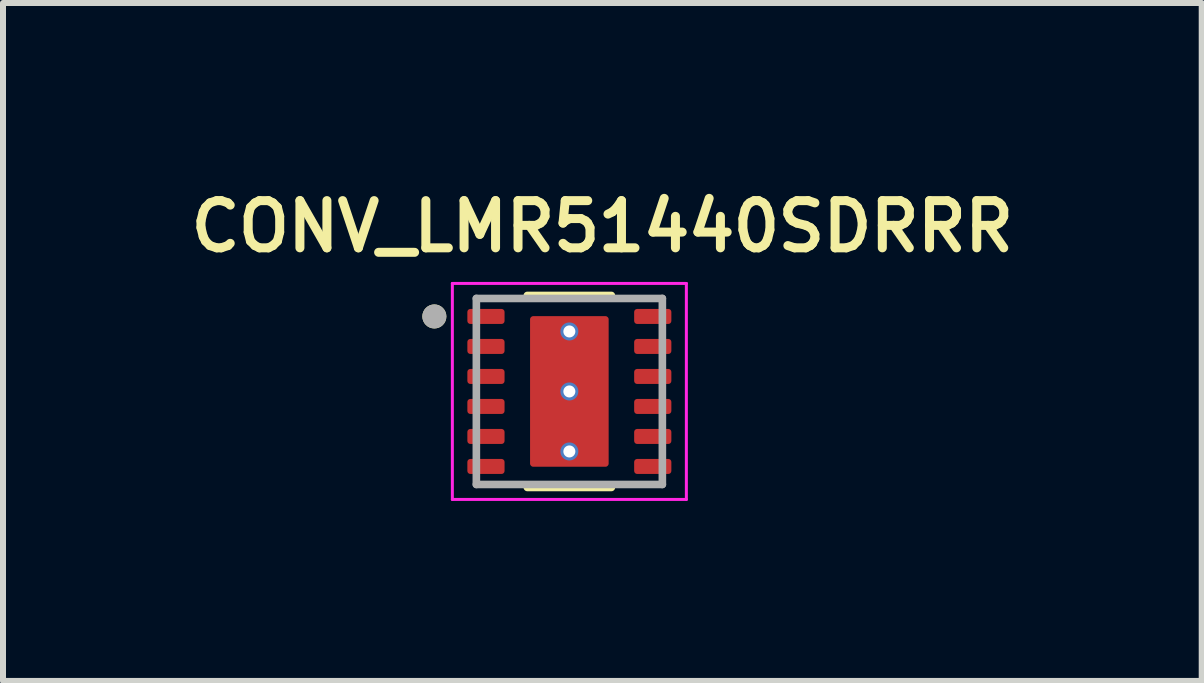
<source format=kicad_pcb>
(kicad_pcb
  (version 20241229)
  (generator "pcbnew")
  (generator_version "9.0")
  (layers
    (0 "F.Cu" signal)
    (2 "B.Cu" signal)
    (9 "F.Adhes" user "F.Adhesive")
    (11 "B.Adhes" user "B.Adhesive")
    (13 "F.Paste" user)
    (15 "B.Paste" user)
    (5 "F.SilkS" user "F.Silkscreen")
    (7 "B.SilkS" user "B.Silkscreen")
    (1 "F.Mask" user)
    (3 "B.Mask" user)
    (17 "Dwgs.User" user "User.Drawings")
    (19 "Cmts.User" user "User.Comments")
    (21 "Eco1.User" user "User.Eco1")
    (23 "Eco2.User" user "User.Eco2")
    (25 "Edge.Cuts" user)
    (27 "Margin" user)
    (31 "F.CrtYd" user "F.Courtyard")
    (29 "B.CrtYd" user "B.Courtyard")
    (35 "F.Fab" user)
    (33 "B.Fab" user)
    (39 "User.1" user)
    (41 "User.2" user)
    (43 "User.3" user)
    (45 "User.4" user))
  (footprint "CONV_LMR51440SDRRR"
    (layer "F.Cu")
    (at 6.439 3.474)
    (property "Reference" "CONV_LMR51440SDRRR" (at 0.55 -2.75 0) (layer "F.SilkS") (effects (font (size 0.787 0.787) (thickness 0.15))))
    (attr smd)
    (fp_poly (pts (xy -1.645 -0.94) (xy -1.135 -0.94) (xy -1.129 -0.94) (xy -1.122 -0.939) (xy -1.116 -0.939) (xy -1.11 -0.937) (xy -1.104 -0.936) (xy -1.098 -0.934) (xy -1.092 -0.932) (xy -1.086 -0.93) (xy -1.081 -0.927) (xy -1.075 -0.924) (xy -1.07 -0.921) (xy -1.064 -0.917) (xy -1.059 -0.913) (xy -1.055 -0.909) (xy -1.05 -0.905) (xy -1.046 -0.9) (xy -1.042 -0.896) (xy -1.038 -0.891) (xy -1.034 -0.885) (xy -1.031 -0.88) (xy -1.028 -0.874) (xy -1.025 -0.869) (xy -1.023 -0.863) (xy -1.021 -0.857) (xy -1.019 -0.851) (xy -1.018 -0.845) (xy -1.016 -0.839) (xy -1.016 -0.833) (xy -1.015 -0.826) (xy -1.015 -0.82) (xy -1.015 -0.68) (xy -1.015 -0.674) (xy -1.016 -0.667) (xy -1.016 -0.661) (xy -1.018 -0.655) (xy -1.019 -0.649) (xy -1.021 -0.643) (xy -1.023 -0.637) (xy -1.025 -0.631) (xy -1.028 -0.626) (xy -1.031 -0.62) (xy -1.034 -0.615) (xy -1.038 -0.609) (xy -1.042 -0.604) (xy -1.046 -0.6) (xy -1.05 -0.595) (xy -1.055 -0.591) (xy -1.059 -0.587) (xy -1.064 -0.583) (xy -1.07 -0.579) (xy -1.075 -0.576) (xy -1.081 -0.573) (xy -1.086 -0.57) (xy -1.092 -0.568) (xy -1.098 -0.566) (xy -1.104 -0.564) (xy -1.11 -0.563) (xy -1.116 -0.561) (xy -1.122 -0.561) (xy -1.129 -0.56) (xy -1.135 -0.56) (xy -1.645 -0.56) (xy -1.651 -0.56) (xy -1.658 -0.561) (xy -1.664 -0.561) (xy -1.67 -0.563) (xy -1.676 -0.564) (xy -1.682 -0.566) (xy -1.688 -0.568) (xy -1.694 -0.57) (xy -1.699 -0.573) (xy -1.705 -0.576) (xy -1.71 -0.579) (xy -1.716 -0.583) (xy -1.721 -0.587) (xy -1.725 -0.591) (xy -1.73 -0.595) (xy -1.734 -0.6) (xy -1.738 -0.604) (xy -1.742 -0.609) (xy -1.746 -0.615) (xy -1.749 -0.62) (xy -1.752 -0.626) (xy -1.755 -0.631) (xy -1.757 -0.637) (xy -1.759 -0.643) (xy -1.761 -0.649) (xy -1.762 -0.655) (xy -1.764 -0.661) (xy -1.764 -0.667) (xy -1.765 -0.674) (xy -1.765 -0.68) (xy -1.765 -0.82) (xy -1.765 -0.826) (xy -1.764 -0.833) (xy -1.764 -0.839) (xy -1.762 -0.845) (xy -1.761 -0.851) (xy -1.759 -0.857) (xy -1.757 -0.863) (xy -1.755 -0.869) (xy -1.752 -0.874) (xy -1.749 -0.88) (xy -1.746 -0.885) (xy -1.742 -0.891) (xy -1.738 -0.896) (xy -1.734 -0.9) (xy -1.73 -0.905) (xy -1.725 -0.909) (xy -1.721 -0.913) (xy -1.716 -0.917) (xy -1.71 -0.921) (xy -1.705 -0.924) (xy -1.699 -0.927) (xy -1.694 -0.93) (xy -1.688 -0.932) (xy -1.682 -0.934) (xy -1.676 -0.936) (xy -1.67 -0.937) (xy -1.664 -0.939) (xy -1.658 -0.939) (xy -1.651 -0.94) (xy -1.645 -0.94)) (stroke (width 0.01) (type solid)) (fill yes) (layer "F.Mask"))
    (fp_poly (pts (xy -1.645 -0.44) (xy -1.135 -0.44) (xy -1.129 -0.44) (xy -1.122 -0.439) (xy -1.116 -0.439) (xy -1.11 -0.437) (xy -1.104 -0.436) (xy -1.098 -0.434) (xy -1.092 -0.432) (xy -1.086 -0.43) (xy -1.081 -0.427) (xy -1.075 -0.424) (xy -1.07 -0.421) (xy -1.064 -0.417) (xy -1.059 -0.413) (xy -1.055 -0.409) (xy -1.05 -0.405) (xy -1.046 -0.4) (xy -1.042 -0.396) (xy -1.038 -0.391) (xy -1.034 -0.385) (xy -1.031 -0.38) (xy -1.028 -0.374) (xy -1.025 -0.369) (xy -1.023 -0.363) (xy -1.021 -0.357) (xy -1.019 -0.351) (xy -1.018 -0.345) (xy -1.016 -0.339) (xy -1.016 -0.333) (xy -1.015 -0.326) (xy -1.015 -0.32) (xy -1.015 -0.18) (xy -1.015 -0.174) (xy -1.016 -0.167) (xy -1.016 -0.161) (xy -1.018 -0.155) (xy -1.019 -0.149) (xy -1.021 -0.143) (xy -1.023 -0.137) (xy -1.025 -0.131) (xy -1.028 -0.126) (xy -1.031 -0.12) (xy -1.034 -0.115) (xy -1.038 -0.109) (xy -1.042 -0.104) (xy -1.046 -0.1) (xy -1.05 -0.095) (xy -1.055 -0.091) (xy -1.059 -0.087) (xy -1.064 -0.083) (xy -1.07 -0.079) (xy -1.075 -0.076) (xy -1.081 -0.073) (xy -1.086 -0.07) (xy -1.092 -0.068) (xy -1.098 -0.066) (xy -1.104 -0.064) (xy -1.11 -0.063) (xy -1.116 -0.061) (xy -1.122 -0.061) (xy -1.129 -0.06) (xy -1.135 -0.06) (xy -1.645 -0.06) (xy -1.651 -0.06) (xy -1.658 -0.061) (xy -1.664 -0.061) (xy -1.67 -0.063) (xy -1.676 -0.064) (xy -1.682 -0.066) (xy -1.688 -0.068) (xy -1.694 -0.07) (xy -1.699 -0.073) (xy -1.705 -0.076) (xy -1.71 -0.079) (xy -1.716 -0.083) (xy -1.721 -0.087) (xy -1.725 -0.091) (xy -1.73 -0.095) (xy -1.734 -0.1) (xy -1.738 -0.104) (xy -1.742 -0.109) (xy -1.746 -0.115) (xy -1.749 -0.12) (xy -1.752 -0.126) (xy -1.755 -0.131) (xy -1.757 -0.137) (xy -1.759 -0.143) (xy -1.761 -0.149) (xy -1.762 -0.155) (xy -1.764 -0.161) (xy -1.764 -0.167) (xy -1.765 -0.174) (xy -1.765 -0.18) (xy -1.765 -0.32) (xy -1.765 -0.326) (xy -1.764 -0.333) (xy -1.764 -0.339) (xy -1.762 -0.345) (xy -1.761 -0.351) (xy -1.759 -0.357) (xy -1.757 -0.363) (xy -1.755 -0.369) (xy -1.752 -0.374) (xy -1.749 -0.38) (xy -1.746 -0.385) (xy -1.742 -0.391) (xy -1.738 -0.396) (xy -1.734 -0.4) (xy -1.73 -0.405) (xy -1.725 -0.409) (xy -1.721 -0.413) (xy -1.716 -0.417) (xy -1.71 -0.421) (xy -1.705 -0.424) (xy -1.699 -0.427) (xy -1.694 -0.43) (xy -1.688 -0.432) (xy -1.682 -0.434) (xy -1.676 -0.436) (xy -1.67 -0.437) (xy -1.664 -0.439) (xy -1.658 -0.439) (xy -1.651 -0.44) (xy -1.645 -0.44)) (stroke (width 0.01) (type solid)) (fill yes) (layer "F.Mask"))
    (fp_poly (pts (xy -1.645 0.56) (xy -1.135 0.56) (xy -1.129 0.56) (xy -1.122 0.561) (xy -1.116 0.561) (xy -1.11 0.563) (xy -1.104 0.564) (xy -1.098 0.566) (xy -1.092 0.568) (xy -1.086 0.57) (xy -1.081 0.573) (xy -1.075 0.576) (xy -1.07 0.579) (xy -1.064 0.583) (xy -1.059 0.587) (xy -1.055 0.591) (xy -1.05 0.595) (xy -1.046 0.6) (xy -1.042 0.604) (xy -1.038 0.609) (xy -1.034 0.615) (xy -1.031 0.62) (xy -1.028 0.626) (xy -1.025 0.631) (xy -1.023 0.637) (xy -1.021 0.643) (xy -1.019 0.649) (xy -1.018 0.655) (xy -1.016 0.661) (xy -1.016 0.667) (xy -1.015 0.674) (xy -1.015 0.68) (xy -1.015 0.82) (xy -1.015 0.826) (xy -1.016 0.833) (xy -1.016 0.839) (xy -1.018 0.845) (xy -1.019 0.851) (xy -1.021 0.857) (xy -1.023 0.863) (xy -1.025 0.869) (xy -1.028 0.874) (xy -1.031 0.88) (xy -1.034 0.885) (xy -1.038 0.891) (xy -1.042 0.896) (xy -1.046 0.9) (xy -1.05 0.905) (xy -1.055 0.909) (xy -1.059 0.913) (xy -1.064 0.917) (xy -1.07 0.921) (xy -1.075 0.924) (xy -1.081 0.927) (xy -1.086 0.93) (xy -1.092 0.932) (xy -1.098 0.934) (xy -1.104 0.936) (xy -1.11 0.937) (xy -1.116 0.939) (xy -1.122 0.939) (xy -1.129 0.94) (xy -1.135 0.94) (xy -1.645 0.94) (xy -1.651 0.94) (xy -1.658 0.939) (xy -1.664 0.939) (xy -1.67 0.937) (xy -1.676 0.936) (xy -1.682 0.934) (xy -1.688 0.932) (xy -1.694 0.93) (xy -1.699 0.927) (xy -1.705 0.924) (xy -1.71 0.921) (xy -1.716 0.917) (xy -1.721 0.913) (xy -1.725 0.909) (xy -1.73 0.905) (xy -1.734 0.9) (xy -1.738 0.896) (xy -1.742 0.891) (xy -1.746 0.885) (xy -1.749 0.88) (xy -1.752 0.874) (xy -1.755 0.869) (xy -1.757 0.863) (xy -1.759 0.857) (xy -1.761 0.851) (xy -1.762 0.845) (xy -1.764 0.839) (xy -1.764 0.833) (xy -1.765 0.826) (xy -1.765 0.82) (xy -1.765 0.68) (xy -1.765 0.674) (xy -1.764 0.667) (xy -1.764 0.661) (xy -1.762 0.655) (xy -1.761 0.649) (xy -1.759 0.643) (xy -1.757 0.637) (xy -1.755 0.631) (xy -1.752 0.626) (xy -1.749 0.62) (xy -1.746 0.615) (xy -1.742 0.609) (xy -1.738 0.604) (xy -1.734 0.6) (xy -1.73 0.595) (xy -1.725 0.591) (xy -1.721 0.587) (xy -1.716 0.583) (xy -1.71 0.579) (xy -1.705 0.576) (xy -1.699 0.573) (xy -1.694 0.57) (xy -1.688 0.568) (xy -1.682 0.566) (xy -1.676 0.564) (xy -1.67 0.563) (xy -1.664 0.561) (xy -1.658 0.561) (xy -1.651 0.56) (xy -1.645 0.56)) (stroke (width 0.01) (type solid)) (fill yes) (layer "F.Mask"))
    (fp_poly (pts (xy -1.645 1.06) (xy -1.135 1.06) (xy -1.129 1.06) (xy -1.122 1.061) (xy -1.116 1.061) (xy -1.11 1.063) (xy -1.104 1.064) (xy -1.098 1.066) (xy -1.092 1.068) (xy -1.086 1.07) (xy -1.081 1.073) (xy -1.075 1.076) (xy -1.07 1.079) (xy -1.064 1.083) (xy -1.059 1.087) (xy -1.055 1.091) (xy -1.05 1.095) (xy -1.046 1.1) (xy -1.042 1.104) (xy -1.038 1.109) (xy -1.034 1.115) (xy -1.031 1.12) (xy -1.028 1.126) (xy -1.025 1.131) (xy -1.023 1.137) (xy -1.021 1.143) (xy -1.019 1.149) (xy -1.018 1.155) (xy -1.016 1.161) (xy -1.016 1.167) (xy -1.015 1.174) (xy -1.015 1.18) (xy -1.015 1.32) (xy -1.015 1.326) (xy -1.016 1.333) (xy -1.016 1.339) (xy -1.018 1.345) (xy -1.019 1.351) (xy -1.021 1.357) (xy -1.023 1.363) (xy -1.025 1.369) (xy -1.028 1.374) (xy -1.031 1.38) (xy -1.034 1.385) (xy -1.038 1.391) (xy -1.042 1.396) (xy -1.046 1.4) (xy -1.05 1.405) (xy -1.055 1.409) (xy -1.059 1.413) (xy -1.064 1.417) (xy -1.07 1.421) (xy -1.075 1.424) (xy -1.081 1.427) (xy -1.086 1.43) (xy -1.092 1.432) (xy -1.098 1.434) (xy -1.104 1.436) (xy -1.11 1.437) (xy -1.116 1.439) (xy -1.122 1.439) (xy -1.129 1.44) (xy -1.135 1.44) (xy -1.645 1.44) (xy -1.651 1.44) (xy -1.658 1.439) (xy -1.664 1.439) (xy -1.67 1.437) (xy -1.676 1.436) (xy -1.682 1.434) (xy -1.688 1.432) (xy -1.694 1.43) (xy -1.699 1.427) (xy -1.705 1.424) (xy -1.71 1.421) (xy -1.716 1.417) (xy -1.721 1.413) (xy -1.725 1.409) (xy -1.73 1.405) (xy -1.734 1.4) (xy -1.738 1.396) (xy -1.742 1.391) (xy -1.746 1.385) (xy -1.749 1.38) (xy -1.752 1.374) (xy -1.755 1.369) (xy -1.757 1.363) (xy -1.759 1.357) (xy -1.761 1.351) (xy -1.762 1.345) (xy -1.764 1.339) (xy -1.764 1.333) (xy -1.765 1.326) (xy -1.765 1.32) (xy -1.765 1.18) (xy -1.765 1.174) (xy -1.764 1.167) (xy -1.764 1.161) (xy -1.762 1.155) (xy -1.761 1.149) (xy -1.759 1.143) (xy -1.757 1.137) (xy -1.755 1.131) (xy -1.752 1.126) (xy -1.749 1.12) (xy -1.746 1.115) (xy -1.742 1.109) (xy -1.738 1.104) (xy -1.734 1.1) (xy -1.73 1.095) (xy -1.725 1.091) (xy -1.721 1.087) (xy -1.716 1.083) (xy -1.71 1.079) (xy -1.705 1.076) (xy -1.699 1.073) (xy -1.694 1.07) (xy -1.688 1.068) (xy -1.682 1.066) (xy -1.676 1.064) (xy -1.67 1.063) (xy -1.664 1.061) (xy -1.658 1.061) (xy -1.651 1.06) (xy -1.645 1.06)) (stroke (width 0.01) (type solid)) (fill yes) (layer "F.Mask"))
    (fp_poly (pts (xy -1.015 -1.32) (xy -1.015 -1.18) (xy -1.015 -1.174) (xy -1.016 -1.167) (xy -1.016 -1.161) (xy -1.018 -1.155) (xy -1.019 -1.149) (xy -1.021 -1.143) (xy -1.023 -1.137) (xy -1.025 -1.131) (xy -1.028 -1.126) (xy -1.031 -1.12) (xy -1.034 -1.115) (xy -1.038 -1.109) (xy -1.042 -1.104) (xy -1.046 -1.1) (xy -1.05 -1.095) (xy -1.055 -1.091) (xy -1.059 -1.087) (xy -1.064 -1.083) (xy -1.07 -1.079) (xy -1.075 -1.076) (xy -1.081 -1.073) (xy -1.086 -1.07) (xy -1.092 -1.068) (xy -1.098 -1.066) (xy -1.104 -1.064) (xy -1.11 -1.063) (xy -1.116 -1.061) (xy -1.122 -1.061) (xy -1.129 -1.06) (xy -1.135 -1.06) (xy -1.645 -1.06) (xy -1.651 -1.06) (xy -1.658 -1.061) (xy -1.664 -1.061) (xy -1.67 -1.063) (xy -1.676 -1.064) (xy -1.682 -1.066) (xy -1.688 -1.068) (xy -1.694 -1.07) (xy -1.699 -1.073) (xy -1.705 -1.076) (xy -1.71 -1.079) (xy -1.716 -1.083) (xy -1.721 -1.087) (xy -1.725 -1.091) (xy -1.73 -1.095) (xy -1.734 -1.1) (xy -1.738 -1.104) (xy -1.742 -1.109) (xy -1.746 -1.115) (xy -1.749 -1.12) (xy -1.752 -1.126) (xy -1.755 -1.131) (xy -1.757 -1.137) (xy -1.759 -1.143) (xy -1.761 -1.149) (xy -1.762 -1.155) (xy -1.764 -1.161) (xy -1.764 -1.167) (xy -1.765 -1.174) (xy -1.765 -1.18) (xy -1.765 -1.32) (xy -1.765 -1.326) (xy -1.764 -1.333) (xy -1.764 -1.339) (xy -1.762 -1.345) (xy -1.761 -1.351) (xy -1.759 -1.357) (xy -1.757 -1.363) (xy -1.755 -1.369) (xy -1.752 -1.374) (xy -1.749 -1.38) (xy -1.746 -1.385) (xy -1.742 -1.391) (xy -1.738 -1.396) (xy -1.734 -1.4) (xy -1.73 -1.405) (xy -1.725 -1.409) (xy -1.721 -1.413) (xy -1.716 -1.417) (xy -1.71 -1.421) (xy -1.705 -1.424) (xy -1.699 -1.427) (xy -1.694 -1.43) (xy -1.688 -1.432) (xy -1.682 -1.434) (xy -1.676 -1.436) (xy -1.67 -1.437) (xy -1.664 -1.439) (xy -1.658 -1.439) (xy -1.651 -1.44) (xy -1.645 -1.44) (xy -1.135 -1.44) (xy -1.129 -1.44) (xy -1.122 -1.439) (xy -1.116 -1.439) (xy -1.11 -1.437) (xy -1.104 -1.436) (xy -1.098 -1.434) (xy -1.092 -1.432) (xy -1.086 -1.43) (xy -1.081 -1.427) (xy -1.075 -1.424) (xy -1.07 -1.421) (xy -1.064 -1.417) (xy -1.059 -1.413) (xy -1.055 -1.409) (xy -1.05 -1.405) (xy -1.046 -1.4) (xy -1.042 -1.396) (xy -1.038 -1.391) (xy -1.034 -1.385) (xy -1.031 -1.38) (xy -1.028 -1.374) (xy -1.025 -1.369) (xy -1.023 -1.363) (xy -1.021 -1.357) (xy -1.019 -1.351) (xy -1.018 -1.345) (xy -1.016 -1.339) (xy -1.016 -1.333) (xy -1.015 -1.326) (xy -1.015 -1.32)) (stroke (width 0.01) (type solid)) (fill yes) (layer "F.Mask"))
    (fp_poly (pts (xy -1.015 0.18) (xy -1.015 0.32) (xy -1.015 0.326) (xy -1.016 0.333) (xy -1.016 0.339) (xy -1.018 0.345) (xy -1.019 0.351) (xy -1.021 0.357) (xy -1.023 0.363) (xy -1.025 0.369) (xy -1.028 0.374) (xy -1.031 0.38) (xy -1.034 0.385) (xy -1.038 0.391) (xy -1.042 0.396) (xy -1.046 0.4) (xy -1.05 0.405) (xy -1.055 0.409) (xy -1.059 0.413) (xy -1.064 0.417) (xy -1.07 0.421) (xy -1.075 0.424) (xy -1.081 0.427) (xy -1.086 0.43) (xy -1.092 0.432) (xy -1.098 0.434) (xy -1.104 0.436) (xy -1.11 0.437) (xy -1.116 0.439) (xy -1.122 0.439) (xy -1.129 0.44) (xy -1.135 0.44) (xy -1.645 0.44) (xy -1.651 0.44) (xy -1.658 0.439) (xy -1.664 0.439) (xy -1.67 0.437) (xy -1.676 0.436) (xy -1.682 0.434) (xy -1.688 0.432) (xy -1.694 0.43) (xy -1.699 0.427) (xy -1.705 0.424) (xy -1.71 0.421) (xy -1.716 0.417) (xy -1.721 0.413) (xy -1.725 0.409) (xy -1.73 0.405) (xy -1.734 0.4) (xy -1.738 0.396) (xy -1.742 0.391) (xy -1.746 0.385) (xy -1.749 0.38) (xy -1.752 0.374) (xy -1.755 0.369) (xy -1.757 0.363) (xy -1.759 0.357) (xy -1.761 0.351) (xy -1.762 0.345) (xy -1.764 0.339) (xy -1.764 0.333) (xy -1.765 0.326) (xy -1.765 0.32) (xy -1.765 0.18) (xy -1.765 0.174) (xy -1.764 0.167) (xy -1.764 0.161) (xy -1.762 0.155) (xy -1.761 0.149) (xy -1.759 0.143) (xy -1.757 0.137) (xy -1.755 0.131) (xy -1.752 0.126) (xy -1.749 0.12) (xy -1.746 0.115) (xy -1.742 0.109) (xy -1.738 0.104) (xy -1.734 0.1) (xy -1.73 0.095) (xy -1.725 0.091) (xy -1.721 0.087) (xy -1.716 0.083) (xy -1.71 0.079) (xy -1.705 0.076) (xy -1.699 0.073) (xy -1.694 0.07) (xy -1.688 0.068) (xy -1.682 0.066) (xy -1.676 0.064) (xy -1.67 0.063) (xy -1.664 0.061) (xy -1.658 0.061) (xy -1.651 0.06) (xy -1.645 0.06) (xy -1.135 0.06) (xy -1.129 0.06) (xy -1.122 0.061) (xy -1.116 0.061) (xy -1.11 0.063) (xy -1.104 0.064) (xy -1.098 0.066) (xy -1.092 0.068) (xy -1.086 0.07) (xy -1.081 0.073) (xy -1.075 0.076) (xy -1.07 0.079) (xy -1.064 0.083) (xy -1.059 0.087) (xy -1.055 0.091) (xy -1.05 0.095) (xy -1.046 0.1) (xy -1.042 0.104) (xy -1.038 0.109) (xy -1.034 0.115) (xy -1.031 0.12) (xy -1.028 0.126) (xy -1.025 0.131) (xy -1.023 0.137) (xy -1.021 0.143) (xy -1.019 0.149) (xy -1.018 0.155) (xy -1.016 0.161) (xy -1.016 0.167) (xy -1.015 0.174) (xy -1.015 0.18)) (stroke (width 0.01) (type solid)) (fill yes) (layer "F.Mask"))
    (fp_poly (pts (xy -0.72 -1.2) (xy -0.72 1.2) (xy -0.72 1.206) (xy -0.719 1.213) (xy -0.719 1.219) (xy -0.717 1.225) (xy -0.716 1.231) (xy -0.714 1.237) (xy -0.712 1.243) (xy -0.71 1.249) (xy -0.707 1.254) (xy -0.704 1.26) (xy -0.701 1.265) (xy -0.697 1.271) (xy -0.693 1.276) (xy -0.689 1.28) (xy -0.685 1.285) (xy -0.68 1.289) (xy -0.676 1.293) (xy -0.671 1.297) (xy -0.665 1.301) (xy -0.66 1.304) (xy -0.654 1.307) (xy -0.649 1.31) (xy -0.643 1.312) (xy -0.637 1.314) (xy -0.631 1.316) (xy -0.625 1.317) (xy -0.619 1.319) (xy -0.613 1.319) (xy -0.606 1.32) (xy -0.6 1.32) (xy 0.6 1.32) (xy 0.606 1.32) (xy 0.613 1.319) (xy 0.619 1.319) (xy 0.625 1.317) (xy 0.631 1.316) (xy 0.637 1.314) (xy 0.643 1.312) (xy 0.649 1.31) (xy 0.654 1.307) (xy 0.66 1.304) (xy 0.665 1.301) (xy 0.671 1.297) (xy 0.676 1.293) (xy 0.68 1.289) (xy 0.685 1.285) (xy 0.689 1.28) (xy 0.693 1.276) (xy 0.697 1.271) (xy 0.701 1.265) (xy 0.704 1.26) (xy 0.707 1.254) (xy 0.71 1.249) (xy 0.712 1.243) (xy 0.714 1.237) (xy 0.716 1.231) (xy 0.717 1.225) (xy 0.719 1.219) (xy 0.719 1.213) (xy 0.72 1.206) (xy 0.72 1.2) (xy 0.72 -1.2) (xy 0.72 -1.206) (xy 0.719 -1.213) (xy 0.719 -1.219) (xy 0.717 -1.225) (xy 0.716 -1.231) (xy 0.714 -1.237) (xy 0.712 -1.243) (xy 0.71 -1.249) (xy 0.707 -1.254) (xy 0.704 -1.26) (xy 0.701 -1.265) (xy 0.697 -1.271) (xy 0.693 -1.276) (xy 0.689 -1.28) (xy 0.685 -1.285) (xy 0.68 -1.289) (xy 0.676 -1.293) (xy 0.671 -1.297) (xy 0.665 -1.301) (xy 0.66 -1.304) (xy 0.654 -1.307) (xy 0.649 -1.31) (xy 0.643 -1.312) (xy 0.637 -1.314) (xy 0.631 -1.316) (xy 0.625 -1.317) (xy 0.619 -1.319) (xy 0.613 -1.319) (xy 0.606 -1.32) (xy 0.6 -1.32) (xy -0.6 -1.32) (xy -0.606 -1.32) (xy -0.613 -1.319) (xy -0.619 -1.319) (xy -0.625 -1.317) (xy -0.631 -1.316) (xy -0.637 -1.314) (xy -0.643 -1.312) (xy -0.649 -1.31) (xy -0.654 -1.307) (xy -0.66 -1.304) (xy -0.665 -1.301) (xy -0.671 -1.297) (xy -0.676 -1.293) (xy -0.68 -1.289) (xy -0.685 -1.285) (xy -0.689 -1.28) (xy -0.693 -1.276) (xy -0.697 -1.271) (xy -0.701 -1.265) (xy -0.704 -1.26) (xy -0.707 -1.254) (xy -0.71 -1.249) (xy -0.712 -1.243) (xy -0.714 -1.237) (xy -0.716 -1.231) (xy -0.717 -1.225) (xy -0.719 -1.219) (xy -0.719 -1.213) (xy -0.72 -1.206) (xy -0.72 -1.2)) (stroke (width 0.01) (type solid)) (fill yes) (layer "F.Mask"))
    (fp_poly (pts (xy 1.015 -1.32) (xy 1.015 -1.18) (xy 1.015 -1.174) (xy 1.016 -1.167) (xy 1.016 -1.161) (xy 1.018 -1.155) (xy 1.019 -1.149) (xy 1.021 -1.143) (xy 1.023 -1.137) (xy 1.025 -1.131) (xy 1.028 -1.126) (xy 1.031 -1.12) (xy 1.034 -1.115) (xy 1.038 -1.109) (xy 1.042 -1.104) (xy 1.046 -1.1) (xy 1.05 -1.095) (xy 1.055 -1.091) (xy 1.059 -1.087) (xy 1.064 -1.083) (xy 1.07 -1.079) (xy 1.075 -1.076) (xy 1.081 -1.073) (xy 1.086 -1.07) (xy 1.092 -1.068) (xy 1.098 -1.066) (xy 1.104 -1.064) (xy 1.11 -1.063) (xy 1.116 -1.061) (xy 1.122 -1.061) (xy 1.129 -1.06) (xy 1.135 -1.06) (xy 1.645 -1.06) (xy 1.651 -1.06) (xy 1.658 -1.061) (xy 1.664 -1.061) (xy 1.67 -1.063) (xy 1.676 -1.064) (xy 1.682 -1.066) (xy 1.688 -1.068) (xy 1.694 -1.07) (xy 1.699 -1.073) (xy 1.705 -1.076) (xy 1.71 -1.079) (xy 1.716 -1.083) (xy 1.721 -1.087) (xy 1.725 -1.091) (xy 1.73 -1.095) (xy 1.734 -1.1) (xy 1.738 -1.104) (xy 1.742 -1.109) (xy 1.746 -1.115) (xy 1.749 -1.12) (xy 1.752 -1.126) (xy 1.755 -1.131) (xy 1.757 -1.137) (xy 1.759 -1.143) (xy 1.761 -1.149) (xy 1.762 -1.155) (xy 1.764 -1.161) (xy 1.764 -1.167) (xy 1.765 -1.174) (xy 1.765 -1.18) (xy 1.765 -1.32) (xy 1.765 -1.326) (xy 1.764 -1.333) (xy 1.764 -1.339) (xy 1.762 -1.345) (xy 1.761 -1.351) (xy 1.759 -1.357) (xy 1.757 -1.363) (xy 1.755 -1.369) (xy 1.752 -1.374) (xy 1.749 -1.38) (xy 1.746 -1.385) (xy 1.742 -1.391) (xy 1.738 -1.396) (xy 1.734 -1.4) (xy 1.73 -1.405) (xy 1.725 -1.409) (xy 1.721 -1.413) (xy 1.716 -1.417) (xy 1.71 -1.421) (xy 1.705 -1.424) (xy 1.699 -1.427) (xy 1.694 -1.43) (xy 1.688 -1.432) (xy 1.682 -1.434) (xy 1.676 -1.436) (xy 1.67 -1.437) (xy 1.664 -1.439) (xy 1.658 -1.439) (xy 1.651 -1.44) (xy 1.645 -1.44) (xy 1.135 -1.44) (xy 1.129 -1.44) (xy 1.122 -1.439) (xy 1.116 -1.439) (xy 1.11 -1.437) (xy 1.104 -1.436) (xy 1.098 -1.434) (xy 1.092 -1.432) (xy 1.086 -1.43) (xy 1.081 -1.427) (xy 1.075 -1.424) (xy 1.07 -1.421) (xy 1.064 -1.417) (xy 1.059 -1.413) (xy 1.055 -1.409) (xy 1.05 -1.405) (xy 1.046 -1.4) (xy 1.042 -1.396) (xy 1.038 -1.391) (xy 1.034 -1.385) (xy 1.031 -1.38) (xy 1.028 -1.374) (xy 1.025 -1.369) (xy 1.023 -1.363) (xy 1.021 -1.357) (xy 1.019 -1.351) (xy 1.018 -1.345) (xy 1.016 -1.339) (xy 1.016 -1.333) (xy 1.015 -1.326) (xy 1.015 -1.32)) (stroke (width 0.01) (type solid)) (fill yes) (layer "F.Mask"))
    (fp_poly (pts (xy 1.015 0.18) (xy 1.015 0.32) (xy 1.015 0.326) (xy 1.016 0.333) (xy 1.016 0.339) (xy 1.018 0.345) (xy 1.019 0.351) (xy 1.021 0.357) (xy 1.023 0.363) (xy 1.025 0.369) (xy 1.028 0.374) (xy 1.031 0.38) (xy 1.034 0.385) (xy 1.038 0.391) (xy 1.042 0.396) (xy 1.046 0.4) (xy 1.05 0.405) (xy 1.055 0.409) (xy 1.059 0.413) (xy 1.064 0.417) (xy 1.07 0.421) (xy 1.075 0.424) (xy 1.081 0.427) (xy 1.086 0.43) (xy 1.092 0.432) (xy 1.098 0.434) (xy 1.104 0.436) (xy 1.11 0.437) (xy 1.116 0.439) (xy 1.122 0.439) (xy 1.129 0.44) (xy 1.135 0.44) (xy 1.645 0.44) (xy 1.651 0.44) (xy 1.658 0.439) (xy 1.664 0.439) (xy 1.67 0.437) (xy 1.676 0.436) (xy 1.682 0.434) (xy 1.688 0.432) (xy 1.694 0.43) (xy 1.699 0.427) (xy 1.705 0.424) (xy 1.71 0.421) (xy 1.716 0.417) (xy 1.721 0.413) (xy 1.725 0.409) (xy 1.73 0.405) (xy 1.734 0.4) (xy 1.738 0.396) (xy 1.742 0.391) (xy 1.746 0.385) (xy 1.749 0.38) (xy 1.752 0.374) (xy 1.755 0.369) (xy 1.757 0.363) (xy 1.759 0.357) (xy 1.761 0.351) (xy 1.762 0.345) (xy 1.764 0.339) (xy 1.764 0.333) (xy 1.765 0.326) (xy 1.765 0.32) (xy 1.765 0.18) (xy 1.765 0.174) (xy 1.764 0.167) (xy 1.764 0.161) (xy 1.762 0.155) (xy 1.761 0.149) (xy 1.759 0.143) (xy 1.757 0.137) (xy 1.755 0.131) (xy 1.752 0.126) (xy 1.749 0.12) (xy 1.746 0.115) (xy 1.742 0.109) (xy 1.738 0.104) (xy 1.734 0.1) (xy 1.73 0.095) (xy 1.725 0.091) (xy 1.721 0.087) (xy 1.716 0.083) (xy 1.71 0.079) (xy 1.705 0.076) (xy 1.699 0.073) (xy 1.694 0.07) (xy 1.688 0.068) (xy 1.682 0.066) (xy 1.676 0.064) (xy 1.67 0.063) (xy 1.664 0.061) (xy 1.658 0.061) (xy 1.651 0.06) (xy 1.645 0.06) (xy 1.135 0.06) (xy 1.129 0.06) (xy 1.122 0.061) (xy 1.116 0.061) (xy 1.11 0.063) (xy 1.104 0.064) (xy 1.098 0.066) (xy 1.092 0.068) (xy 1.086 0.07) (xy 1.081 0.073) (xy 1.075 0.076) (xy 1.07 0.079) (xy 1.064 0.083) (xy 1.059 0.087) (xy 1.055 0.091) (xy 1.05 0.095) (xy 1.046 0.1) (xy 1.042 0.104) (xy 1.038 0.109) (xy 1.034 0.115) (xy 1.031 0.12) (xy 1.028 0.126) (xy 1.025 0.131) (xy 1.023 0.137) (xy 1.021 0.143) (xy 1.019 0.149) (xy 1.018 0.155) (xy 1.016 0.161) (xy 1.016 0.167) (xy 1.015 0.174) (xy 1.015 0.18)) (stroke (width 0.01) (type solid)) (fill yes) (layer "F.Mask"))
    (fp_poly (pts (xy 1.645 -0.94) (xy 1.135 -0.94) (xy 1.129 -0.94) (xy 1.122 -0.939) (xy 1.116 -0.939) (xy 1.11 -0.937) (xy 1.104 -0.936) (xy 1.098 -0.934) (xy 1.092 -0.932) (xy 1.086 -0.93) (xy 1.081 -0.927) (xy 1.075 -0.924) (xy 1.07 -0.921) (xy 1.064 -0.917) (xy 1.059 -0.913) (xy 1.055 -0.909) (xy 1.05 -0.905) (xy 1.046 -0.9) (xy 1.042 -0.896) (xy 1.038 -0.891) (xy 1.034 -0.885) (xy 1.031 -0.88) (xy 1.028 -0.874) (xy 1.025 -0.869) (xy 1.023 -0.863) (xy 1.021 -0.857) (xy 1.019 -0.851) (xy 1.018 -0.845) (xy 1.016 -0.839) (xy 1.016 -0.833) (xy 1.015 -0.826) (xy 1.015 -0.82) (xy 1.015 -0.68) (xy 1.015 -0.674) (xy 1.016 -0.667) (xy 1.016 -0.661) (xy 1.018 -0.655) (xy 1.019 -0.649) (xy 1.021 -0.643) (xy 1.023 -0.637) (xy 1.025 -0.631) (xy 1.028 -0.626) (xy 1.031 -0.62) (xy 1.034 -0.615) (xy 1.038 -0.609) (xy 1.042 -0.604) (xy 1.046 -0.6) (xy 1.05 -0.595) (xy 1.055 -0.591) (xy 1.059 -0.587) (xy 1.064 -0.583) (xy 1.07 -0.579) (xy 1.075 -0.576) (xy 1.081 -0.573) (xy 1.086 -0.57) (xy 1.092 -0.568) (xy 1.098 -0.566) (xy 1.104 -0.564) (xy 1.11 -0.563) (xy 1.116 -0.561) (xy 1.122 -0.561) (xy 1.129 -0.56) (xy 1.135 -0.56) (xy 1.645 -0.56) (xy 1.651 -0.56) (xy 1.658 -0.561) (xy 1.664 -0.561) (xy 1.67 -0.563) (xy 1.676 -0.564) (xy 1.682 -0.566) (xy 1.688 -0.568) (xy 1.694 -0.57) (xy 1.699 -0.573) (xy 1.705 -0.576) (xy 1.71 -0.579) (xy 1.716 -0.583) (xy 1.721 -0.587) (xy 1.725 -0.591) (xy 1.73 -0.595) (xy 1.734 -0.6) (xy 1.738 -0.604) (xy 1.742 -0.609) (xy 1.746 -0.615) (xy 1.749 -0.62) (xy 1.752 -0.626) (xy 1.755 -0.631) (xy 1.757 -0.637) (xy 1.759 -0.643) (xy 1.761 -0.649) (xy 1.762 -0.655) (xy 1.764 -0.661) (xy 1.764 -0.667) (xy 1.765 -0.674) (xy 1.765 -0.68) (xy 1.765 -0.82) (xy 1.765 -0.826) (xy 1.764 -0.833) (xy 1.764 -0.839) (xy 1.762 -0.845) (xy 1.761 -0.851) (xy 1.759 -0.857) (xy 1.757 -0.863) (xy 1.755 -0.869) (xy 1.752 -0.874) (xy 1.749 -0.88) (xy 1.746 -0.885) (xy 1.742 -0.891) (xy 1.738 -0.896) (xy 1.734 -0.9) (xy 1.73 -0.905) (xy 1.725 -0.909) (xy 1.721 -0.913) (xy 1.716 -0.917) (xy 1.71 -0.921) (xy 1.705 -0.924) (xy 1.699 -0.927) (xy 1.694 -0.93) (xy 1.688 -0.932) (xy 1.682 -0.934) (xy 1.676 -0.936) (xy 1.67 -0.937) (xy 1.664 -0.939) (xy 1.658 -0.939) (xy 1.651 -0.94) (xy 1.645 -0.94)) (stroke (width 0.01) (type solid)) (fill yes) (layer "F.Mask"))
    (fp_poly (pts (xy 1.645 -0.44) (xy 1.135 -0.44) (xy 1.129 -0.44) (xy 1.122 -0.439) (xy 1.116 -0.439) (xy 1.11 -0.437) (xy 1.104 -0.436) (xy 1.098 -0.434) (xy 1.092 -0.432) (xy 1.086 -0.43) (xy 1.081 -0.427) (xy 1.075 -0.424) (xy 1.07 -0.421) (xy 1.064 -0.417) (xy 1.059 -0.413) (xy 1.055 -0.409) (xy 1.05 -0.405) (xy 1.046 -0.4) (xy 1.042 -0.396) (xy 1.038 -0.391) (xy 1.034 -0.385) (xy 1.031 -0.38) (xy 1.028 -0.374) (xy 1.025 -0.369) (xy 1.023 -0.363) (xy 1.021 -0.357) (xy 1.019 -0.351) (xy 1.018 -0.345) (xy 1.016 -0.339) (xy 1.016 -0.333) (xy 1.015 -0.326) (xy 1.015 -0.32) (xy 1.015 -0.18) (xy 1.015 -0.174) (xy 1.016 -0.167) (xy 1.016 -0.161) (xy 1.018 -0.155) (xy 1.019 -0.149) (xy 1.021 -0.143) (xy 1.023 -0.137) (xy 1.025 -0.131) (xy 1.028 -0.126) (xy 1.031 -0.12) (xy 1.034 -0.115) (xy 1.038 -0.109) (xy 1.042 -0.104) (xy 1.046 -0.1) (xy 1.05 -0.095) (xy 1.055 -0.091) (xy 1.059 -0.087) (xy 1.064 -0.083) (xy 1.07 -0.079) (xy 1.075 -0.076) (xy 1.081 -0.073) (xy 1.086 -0.07) (xy 1.092 -0.068) (xy 1.098 -0.066) (xy 1.104 -0.064) (xy 1.11 -0.063) (xy 1.116 -0.061) (xy 1.122 -0.061) (xy 1.129 -0.06) (xy 1.135 -0.06) (xy 1.645 -0.06) (xy 1.651 -0.06) (xy 1.658 -0.061) (xy 1.664 -0.061) (xy 1.67 -0.063) (xy 1.676 -0.064) (xy 1.682 -0.066) (xy 1.688 -0.068) (xy 1.694 -0.07) (xy 1.699 -0.073) (xy 1.705 -0.076) (xy 1.71 -0.079) (xy 1.716 -0.083) (xy 1.721 -0.087) (xy 1.725 -0.091) (xy 1.73 -0.095) (xy 1.734 -0.1) (xy 1.738 -0.104) (xy 1.742 -0.109) (xy 1.746 -0.115) (xy 1.749 -0.12) (xy 1.752 -0.126) (xy 1.755 -0.131) (xy 1.757 -0.137) (xy 1.759 -0.143) (xy 1.761 -0.149) (xy 1.762 -0.155) (xy 1.764 -0.161) (xy 1.764 -0.167) (xy 1.765 -0.174) (xy 1.765 -0.18) (xy 1.765 -0.32) (xy 1.765 -0.326) (xy 1.764 -0.333) (xy 1.764 -0.339) (xy 1.762 -0.345) (xy 1.761 -0.351) (xy 1.759 -0.357) (xy 1.757 -0.363) (xy 1.755 -0.369) (xy 1.752 -0.374) (xy 1.749 -0.38) (xy 1.746 -0.385) (xy 1.742 -0.391) (xy 1.738 -0.396) (xy 1.734 -0.4) (xy 1.73 -0.405) (xy 1.725 -0.409) (xy 1.721 -0.413) (xy 1.716 -0.417) (xy 1.71 -0.421) (xy 1.705 -0.424) (xy 1.699 -0.427) (xy 1.694 -0.43) (xy 1.688 -0.432) (xy 1.682 -0.434) (xy 1.676 -0.436) (xy 1.67 -0.437) (xy 1.664 -0.439) (xy 1.658 -0.439) (xy 1.651 -0.44) (xy 1.645 -0.44)) (stroke (width 0.01) (type solid)) (fill yes) (layer "F.Mask"))
    (fp_poly (pts (xy 1.645 0.56) (xy 1.135 0.56) (xy 1.129 0.56) (xy 1.122 0.561) (xy 1.116 0.561) (xy 1.11 0.563) (xy 1.104 0.564) (xy 1.098 0.566) (xy 1.092 0.568) (xy 1.086 0.57) (xy 1.081 0.573) (xy 1.075 0.576) (xy 1.07 0.579) (xy 1.064 0.583) (xy 1.059 0.587) (xy 1.055 0.591) (xy 1.05 0.595) (xy 1.046 0.6) (xy 1.042 0.604) (xy 1.038 0.609) (xy 1.034 0.615) (xy 1.031 0.62) (xy 1.028 0.626) (xy 1.025 0.631) (xy 1.023 0.637) (xy 1.021 0.643) (xy 1.019 0.649) (xy 1.018 0.655) (xy 1.016 0.661) (xy 1.016 0.667) (xy 1.015 0.674) (xy 1.015 0.68) (xy 1.015 0.82) (xy 1.015 0.826) (xy 1.016 0.833) (xy 1.016 0.839) (xy 1.018 0.845) (xy 1.019 0.851) (xy 1.021 0.857) (xy 1.023 0.863) (xy 1.025 0.869) (xy 1.028 0.874) (xy 1.031 0.88) (xy 1.034 0.885) (xy 1.038 0.891) (xy 1.042 0.896) (xy 1.046 0.9) (xy 1.05 0.905) (xy 1.055 0.909) (xy 1.059 0.913) (xy 1.064 0.917) (xy 1.07 0.921) (xy 1.075 0.924) (xy 1.081 0.927) (xy 1.086 0.93) (xy 1.092 0.932) (xy 1.098 0.934) (xy 1.104 0.936) (xy 1.11 0.937) (xy 1.116 0.939) (xy 1.122 0.939) (xy 1.129 0.94) (xy 1.135 0.94) (xy 1.645 0.94) (xy 1.651 0.94) (xy 1.658 0.939) (xy 1.664 0.939) (xy 1.67 0.937) (xy 1.676 0.936) (xy 1.682 0.934) (xy 1.688 0.932) (xy 1.694 0.93) (xy 1.699 0.927) (xy 1.705 0.924) (xy 1.71 0.921) (xy 1.716 0.917) (xy 1.721 0.913) (xy 1.725 0.909) (xy 1.73 0.905) (xy 1.734 0.9) (xy 1.738 0.896) (xy 1.742 0.891) (xy 1.746 0.885) (xy 1.749 0.88) (xy 1.752 0.874) (xy 1.755 0.869) (xy 1.757 0.863) (xy 1.759 0.857) (xy 1.761 0.851) (xy 1.762 0.845) (xy 1.764 0.839) (xy 1.764 0.833) (xy 1.765 0.826) (xy 1.765 0.82) (xy 1.765 0.68) (xy 1.765 0.674) (xy 1.764 0.667) (xy 1.764 0.661) (xy 1.762 0.655) (xy 1.761 0.649) (xy 1.759 0.643) (xy 1.757 0.637) (xy 1.755 0.631) (xy 1.752 0.626) (xy 1.749 0.62) (xy 1.746 0.615) (xy 1.742 0.609) (xy 1.738 0.604) (xy 1.734 0.6) (xy 1.73 0.595) (xy 1.725 0.591) (xy 1.721 0.587) (xy 1.716 0.583) (xy 1.71 0.579) (xy 1.705 0.576) (xy 1.699 0.573) (xy 1.694 0.57) (xy 1.688 0.568) (xy 1.682 0.566) (xy 1.676 0.564) (xy 1.67 0.563) (xy 1.664 0.561) (xy 1.658 0.561) (xy 1.651 0.56) (xy 1.645 0.56)) (stroke (width 0.01) (type solid)) (fill yes) (layer "F.Mask"))
    (fp_poly (pts (xy 1.645 1.06) (xy 1.135 1.06) (xy 1.129 1.06) (xy 1.122 1.061) (xy 1.116 1.061) (xy 1.11 1.063) (xy 1.104 1.064) (xy 1.098 1.066) (xy 1.092 1.068) (xy 1.086 1.07) (xy 1.081 1.073) (xy 1.075 1.076) (xy 1.07 1.079) (xy 1.064 1.083) (xy 1.059 1.087) (xy 1.055 1.091) (xy 1.05 1.095) (xy 1.046 1.1) (xy 1.042 1.104) (xy 1.038 1.109) (xy 1.034 1.115) (xy 1.031 1.12) (xy 1.028 1.126) (xy 1.025 1.131) (xy 1.023 1.137) (xy 1.021 1.143) (xy 1.019 1.149) (xy 1.018 1.155) (xy 1.016 1.161) (xy 1.016 1.167) (xy 1.015 1.174) (xy 1.015 1.18) (xy 1.015 1.32) (xy 1.015 1.326) (xy 1.016 1.333) (xy 1.016 1.339) (xy 1.018 1.345) (xy 1.019 1.351) (xy 1.021 1.357) (xy 1.023 1.363) (xy 1.025 1.369) (xy 1.028 1.374) (xy 1.031 1.38) (xy 1.034 1.385) (xy 1.038 1.391) (xy 1.042 1.396) (xy 1.046 1.4) (xy 1.05 1.405) (xy 1.055 1.409) (xy 1.059 1.413) (xy 1.064 1.417) (xy 1.07 1.421) (xy 1.075 1.424) (xy 1.081 1.427) (xy 1.086 1.43) (xy 1.092 1.432) (xy 1.098 1.434) (xy 1.104 1.436) (xy 1.11 1.437) (xy 1.116 1.439) (xy 1.122 1.439) (xy 1.129 1.44) (xy 1.135 1.44) (xy 1.645 1.44) (xy 1.651 1.44) (xy 1.658 1.439) (xy 1.664 1.439) (xy 1.67 1.437) (xy 1.676 1.436) (xy 1.682 1.434) (xy 1.688 1.432) (xy 1.694 1.43) (xy 1.699 1.427) (xy 1.705 1.424) (xy 1.71 1.421) (xy 1.716 1.417) (xy 1.721 1.413) (xy 1.725 1.409) (xy 1.73 1.405) (xy 1.734 1.4) (xy 1.738 1.396) (xy 1.742 1.391) (xy 1.746 1.385) (xy 1.749 1.38) (xy 1.752 1.374) (xy 1.755 1.369) (xy 1.757 1.363) (xy 1.759 1.357) (xy 1.761 1.351) (xy 1.762 1.345) (xy 1.764 1.339) (xy 1.764 1.333) (xy 1.765 1.326) (xy 1.765 1.32) (xy 1.765 1.18) (xy 1.765 1.174) (xy 1.764 1.167) (xy 1.764 1.161) (xy 1.762 1.155) (xy 1.761 1.149) (xy 1.759 1.143) (xy 1.757 1.137) (xy 1.755 1.131) (xy 1.752 1.126) (xy 1.749 1.12) (xy 1.746 1.115) (xy 1.742 1.109) (xy 1.738 1.104) (xy 1.734 1.1) (xy 1.73 1.095) (xy 1.725 1.091) (xy 1.721 1.087) (xy 1.716 1.083) (xy 1.71 1.079) (xy 1.705 1.076) (xy 1.699 1.073) (xy 1.694 1.07) (xy 1.688 1.068) (xy 1.682 1.066) (xy 1.676 1.064) (xy 1.67 1.063) (xy 1.664 1.061) (xy 1.658 1.061) (xy 1.651 1.06) (xy 1.645 1.06)) (stroke (width 0.01) (type solid)) (fill yes) (layer "F.Mask"))
    (fp_line (start -0.7 -1.6) (end 0.7 -1.6) (stroke (width 0.127) (type solid)) (layer "F.SilkS"))
    (fp_line (start -0.7 1.6) (end 0.7 1.6) (stroke (width 0.127) (type solid)) (layer "F.SilkS"))
    (fp_circle (center -2.25 -1.25) (end -2.15 -1.25) (stroke (width 0.2) (type solid)) (fill no) (layer "F.SilkS"))
    (fp_poly (pts (xy -0.605 0.15) (xy -0.605 1.15) (xy -0.605 1.153) (xy -0.605 1.155) (xy -0.604 1.158) (xy -0.604 1.16) (xy -0.603 1.163) (xy -0.603 1.165) (xy -0.602 1.168) (xy -0.601 1.17) (xy -0.6 1.173) (xy -0.598 1.175) (xy -0.597 1.177) (xy -0.595 1.179) (xy -0.594 1.181) (xy -0.592 1.183) (xy -0.59 1.185) (xy -0.588 1.187) (xy -0.586 1.189) (xy -0.584 1.19) (xy -0.582 1.192) (xy -0.58 1.193) (xy -0.578 1.195) (xy -0.575 1.196) (xy -0.573 1.197) (xy -0.57 1.198) (xy -0.568 1.198) (xy -0.565 1.199) (xy -0.563 1.199) (xy -0.56 1.2) (xy -0.558 1.2) (xy -0.555 1.2) (xy 0.555 1.2) (xy 0.558 1.2) (xy 0.56 1.2) (xy 0.563 1.199) (xy 0.565 1.199) (xy 0.568 1.198) (xy 0.57 1.198) (xy 0.573 1.197) (xy 0.575 1.196) (xy 0.578 1.195) (xy 0.58 1.193) (xy 0.582 1.192) (xy 0.584 1.19) (xy 0.586 1.189) (xy 0.588 1.187) (xy 0.59 1.185) (xy 0.592 1.183) (xy 0.594 1.181) (xy 0.595 1.179) (xy 0.597 1.177) (xy 0.598 1.175) (xy 0.6 1.173) (xy 0.601 1.17) (xy 0.602 1.168) (xy 0.603 1.165) (xy 0.603 1.163) (xy 0.604 1.16) (xy 0.604 1.158) (xy 0.605 1.155) (xy 0.605 1.153) (xy 0.605 1.15) (xy 0.605 0.15) (xy 0.605 0.147) (xy 0.605 0.145) (xy 0.604 0.142) (xy 0.604 0.14) (xy 0.603 0.137) (xy 0.603 0.135) (xy 0.602 0.132) (xy 0.601 0.13) (xy 0.6 0.127) (xy 0.598 0.125) (xy 0.597 0.123) (xy 0.595 0.121) (xy 0.594 0.119) (xy 0.592 0.117) (xy 0.59 0.115) (xy 0.588 0.113) (xy 0.586 0.111) (xy 0.584 0.11) (xy 0.582 0.108) (xy 0.58 0.107) (xy 0.578 0.105) (xy 0.575 0.104) (xy 0.573 0.103) (xy 0.57 0.102) (xy 0.568 0.102) (xy 0.565 0.101) (xy 0.563 0.101) (xy 0.56 0.1) (xy 0.558 0.1) (xy 0.555 0.1) (xy -0.555 0.1) (xy -0.558 0.1) (xy -0.56 0.1) (xy -0.563 0.101) (xy -0.565 0.101) (xy -0.568 0.102) (xy -0.57 0.102) (xy -0.573 0.103) (xy -0.575 0.104) (xy -0.578 0.105) (xy -0.58 0.107) (xy -0.582 0.108) (xy -0.584 0.11) (xy -0.586 0.111) (xy -0.588 0.113) (xy -0.59 0.115) (xy -0.592 0.117) (xy -0.594 0.119) (xy -0.595 0.121) (xy -0.597 0.123) (xy -0.598 0.125) (xy -0.6 0.127) (xy -0.601 0.13) (xy -0.602 0.132) (xy -0.603 0.135) (xy -0.603 0.137) (xy -0.604 0.14) (xy -0.604 0.142) (xy -0.605 0.145) (xy -0.605 0.147) (xy -0.605 0.15)) (stroke (width 0.01) (type solid)) (fill yes) (layer "F.Paste"))
    (fp_poly (pts (xy -0.555 -0.1) (xy 0.555 -0.1) (xy 0.558 -0.1) (xy 0.56 -0.1) (xy 0.563 -0.101) (xy 0.565 -0.101) (xy 0.568 -0.102) (xy 0.57 -0.102) (xy 0.573 -0.103) (xy 0.575 -0.104) (xy 0.578 -0.105) (xy 0.58 -0.107) (xy 0.582 -0.108) (xy 0.584 -0.11) (xy 0.586 -0.111) (xy 0.588 -0.113) (xy 0.59 -0.115) (xy 0.592 -0.117) (xy 0.594 -0.119) (xy 0.595 -0.121) (xy 0.597 -0.123) (xy 0.598 -0.125) (xy 0.6 -0.127) (xy 0.601 -0.13) (xy 0.602 -0.132) (xy 0.603 -0.135) (xy 0.603 -0.137) (xy 0.604 -0.14) (xy 0.604 -0.142) (xy 0.605 -0.145) (xy 0.605 -0.147) (xy 0.605 -0.15) (xy 0.605 -1.15) (xy 0.605 -1.153) (xy 0.605 -1.155) (xy 0.604 -1.158) (xy 0.604 -1.16) (xy 0.603 -1.163) (xy 0.603 -1.165) (xy 0.602 -1.168) (xy 0.601 -1.17) (xy 0.6 -1.173) (xy 0.598 -1.175) (xy 0.597 -1.177) (xy 0.595 -1.179) (xy 0.594 -1.181) (xy 0.592 -1.183) (xy 0.59 -1.185) (xy 0.588 -1.187) (xy 0.586 -1.189) (xy 0.584 -1.19) (xy 0.582 -1.192) (xy 0.58 -1.193) (xy 0.578 -1.195) (xy 0.575 -1.196) (xy 0.573 -1.197) (xy 0.57 -1.198) (xy 0.568 -1.198) (xy 0.565 -1.199) (xy 0.563 -1.199) (xy 0.56 -1.2) (xy 0.558 -1.2) (xy 0.555 -1.2) (xy -0.555 -1.2) (xy -0.558 -1.2) (xy -0.56 -1.2) (xy -0.563 -1.199) (xy -0.565 -1.199) (xy -0.568 -1.198) (xy -0.57 -1.198) (xy -0.573 -1.197) (xy -0.575 -1.196) (xy -0.578 -1.195) (xy -0.58 -1.193) (xy -0.582 -1.192) (xy -0.584 -1.19) (xy -0.586 -1.189) (xy -0.588 -1.187) (xy -0.59 -1.185) (xy -0.592 -1.183) (xy -0.594 -1.181) (xy -0.595 -1.179) (xy -0.597 -1.177) (xy -0.598 -1.175) (xy -0.6 -1.173) (xy -0.601 -1.17) (xy -0.602 -1.168) (xy -0.603 -1.165) (xy -0.603 -1.163) (xy -0.604 -1.16) (xy -0.604 -1.158) (xy -0.605 -1.155) (xy -0.605 -1.153) (xy -0.605 -1.15) (xy -0.605 -0.15) (xy -0.605 -0.147) (xy -0.605 -0.145) (xy -0.604 -0.142) (xy -0.604 -0.14) (xy -0.603 -0.137) (xy -0.603 -0.135) (xy -0.602 -0.132) (xy -0.601 -0.13) (xy -0.6 -0.127) (xy -0.598 -0.125) (xy -0.597 -0.123) (xy -0.595 -0.121) (xy -0.594 -0.119) (xy -0.592 -0.117) (xy -0.59 -0.115) (xy -0.588 -0.113) (xy -0.586 -0.111) (xy -0.584 -0.11) (xy -0.582 -0.108) (xy -0.58 -0.107) (xy -0.578 -0.105) (xy -0.575 -0.104) (xy -0.573 -0.103) (xy -0.57 -0.102) (xy -0.568 -0.102) (xy -0.565 -0.101) (xy -0.563 -0.101) (xy -0.56 -0.1) (xy -0.558 -0.1) (xy -0.555 -0.1)) (stroke (width 0.01) (type solid)) (fill yes) (layer "F.Paste"))
    (fp_line (start -1.95 -1.8) (end -1.95 1.8) (stroke (width 0.05) (type solid)) (layer "F.CrtYd"))
    (fp_line (start -1.95 1.8) (end 1.95 1.8) (stroke (width 0.05) (type solid)) (layer "F.CrtYd"))
    (fp_line (start 1.95 -1.8) (end -1.95 -1.8) (stroke (width 0.05) (type solid)) (layer "F.CrtYd"))
    (fp_line (start 1.95 1.8) (end 1.95 -1.8) (stroke (width 0.05) (type solid)) (layer "F.CrtYd"))
    (fp_line (start -1.55 -1.55) (end -1.55 1.55) (stroke (width 0.127) (type solid)) (layer "F.Fab"))
    (fp_line (start -1.55 -1.55) (end 1.55 -1.55) (stroke (width 0.127) (type solid)) (layer "F.Fab"))
    (fp_line (start -1.55 1.55) (end 1.55 1.55) (stroke (width 0.127) (type solid)) (layer "F.Fab"))
    (fp_line (start 1.55 -1.55) (end 1.55 1.55) (stroke (width 0.127) (type solid)) (layer "F.Fab"))
    (fp_circle (center -2.25 -1.25) (end -2.15 -1.25) (stroke (width 0.2) (type solid)) (fill no) (layer "F.Fab"))
    (pad "1" smd roundrect (at -1.39 -1.25) (size 0.62 0.25) (layers "F.Cu" "F.Paste") (roundrect_rratio 0.2))
    (pad "2" smd roundrect (at -1.39 -0.75) (size 0.62 0.25) (layers "F.Cu" "F.Paste") (roundrect_rratio 0.2))
    (pad "3" smd roundrect (at -1.39 -0.25) (size 0.62 0.25) (layers "F.Cu" "F.Paste") (roundrect_rratio 0.2))
    (pad "4" smd roundrect (at -1.39 0.25) (size 0.62 0.25) (layers "F.Cu" "F.Paste") (roundrect_rratio 0.2))
    (pad "5" smd roundrect (at -1.39 0.75) (size 0.62 0.25) (layers "F.Cu" "F.Paste") (roundrect_rratio 0.2))
    (pad "6" smd roundrect (at -1.39 1.25) (size 0.62 0.25) (layers "F.Cu" "F.Paste") (roundrect_rratio 0.2))
    (pad "7" smd roundrect (at 1.39 1.25) (size 0.62 0.25) (layers "F.Cu" "F.Paste") (roundrect_rratio 0.2))
    (pad "8" smd roundrect (at 1.39 0.75) (size 0.62 0.25) (layers "F.Cu" "F.Paste") (roundrect_rratio 0.2))
    (pad "9" smd roundrect (at 1.39 0.25) (size 0.62 0.25) (layers "F.Cu" "F.Paste") (roundrect_rratio 0.2))
    (pad "10" smd roundrect (at 1.39 -0.25) (size 0.62 0.25) (layers "F.Cu" "F.Paste") (roundrect_rratio 0.2))
    (pad "11" smd roundrect (at 1.39 -0.75) (size 0.62 0.25) (layers "F.Cu" "F.Paste") (roundrect_rratio 0.2))
    (pad "12" smd roundrect (at 1.39 -1.25) (size 0.62 0.25) (layers "F.Cu" "F.Paste") (roundrect_rratio 0.2))
    (pad "13" smd custom (at 0 0) (size 0.5 0.5) (layers "F.Cu") (options (anchor rect)) (primitives (gr_poly (pts (xy -0.65 -1.2) (xy -0.65 1.2) (xy -0.65 1.203) (xy -0.65 1.205) (xy -0.649 1.208) (xy -0.649 1.21) (xy -0.648 1.213) (xy -0.648 1.215) (xy -0.647 1.218) (xy -0.646 1.22) (xy -0.645 1.223) (xy -0.643 1.225) (xy -0.642 1.227) (xy -0.64 1.229) (xy -0.639 1.231) (xy -0.637 1.233) (xy -0.635 1.235) (xy -0.633 1.237) (xy -0.631 1.239) (xy -0.629 1.24) (xy -0.627 1.242) (xy -0.625 1.243) (xy -0.623 1.245) (xy -0.62 1.246) (xy -0.618 1.247) (xy -0.615 1.248) (xy -0.613 1.248) (xy -0.61 1.249) (xy -0.608 1.249) (xy -0.605 1.25) (xy -0.603 1.25) (xy -0.6 1.25) (xy 0.6 1.25) (xy 0.603 1.25) (xy 0.605 1.25) (xy 0.608 1.249) (xy 0.61 1.249) (xy 0.613 1.248) (xy 0.615 1.248) (xy 0.618 1.247) (xy 0.62 1.246) (xy 0.623 1.245) (xy 0.625 1.243) (xy 0.627 1.242) (xy 0.629 1.24) (xy 0.631 1.239) (xy 0.633 1.237) (xy 0.635 1.235) (xy 0.637 1.233) (xy 0.639 1.231) (xy 0.64 1.229) (xy 0.642 1.227) (xy 0.643 1.225) (xy 0.645 1.223) (xy 0.646 1.22) (xy 0.647 1.218) (xy 0.648 1.215) (xy 0.648 1.213) (xy 0.649 1.21) (xy 0.649 1.208) (xy 0.65 1.205) (xy 0.65 1.203) (xy 0.65 1.2) (xy 0.65 -1.2) (xy 0.65 -1.203) (xy 0.65 -1.205) (xy 0.649 -1.208) (xy 0.649 -1.21) (xy 0.648 -1.213) (xy 0.648 -1.215) (xy 0.647 -1.218) (xy 0.646 -1.22) (xy 0.645 -1.223) (xy 0.643 -1.225) (xy 0.642 -1.227) (xy 0.64 -1.229) (xy 0.639 -1.231) (xy 0.637 -1.233) (xy 0.635 -1.235) (xy 0.633 -1.237) (xy 0.631 -1.239) (xy 0.629 -1.24) (xy 0.627 -1.242) (xy 0.625 -1.243) (xy 0.623 -1.245) (xy 0.62 -1.246) (xy 0.618 -1.247) (xy 0.615 -1.248) (xy 0.613 -1.248) (xy 0.61 -1.249) (xy 0.608 -1.249) (xy 0.605 -1.25) (xy 0.603 -1.25) (xy 0.6 -1.25) (xy -0.6 -1.25) (xy -0.603 -1.25) (xy -0.605 -1.25) (xy -0.608 -1.249) (xy -0.61 -1.249) (xy -0.613 -1.248) (xy -0.615 -1.248) (xy -0.618 -1.247) (xy -0.62 -1.246) (xy -0.623 -1.245) (xy -0.625 -1.243) (xy -0.627 -1.242) (xy -0.629 -1.24) (xy -0.631 -1.239) (xy -0.633 -1.237) (xy -0.635 -1.235) (xy -0.637 -1.233) (xy -0.639 -1.231) (xy -0.64 -1.229) (xy -0.642 -1.227) (xy -0.643 -1.225) (xy -0.645 -1.223) (xy -0.646 -1.22) (xy -0.647 -1.218) (xy -0.648 -1.215) (xy -0.648 -1.213) (xy -0.649 -1.21) (xy -0.649 -1.208) (xy -0.65 -1.205) (xy -0.65 -1.203) (xy -0.65 -1.2)) (width 0.01) (fill yes))))
    (pad "14" thru_hole circle (at 0 -1) (size 0.3 0.3) (drill 0.2) (layers "*.Cu"))
    (pad "15" thru_hole circle (at 0 0) (size 0.3 0.3) (drill 0.2) (layers "*.Cu"))
    (pad "16" thru_hole circle (at 0 1) (size 0.3 0.3) (drill 0.2) (layers "*.Cu")))
  (gr_rect
    (start -3 -3)
    (end 16.978 8.299)
    (stroke (width 0.1) (type default))
    (fill no)
    (layer "Edge.Cuts")))
</source>
